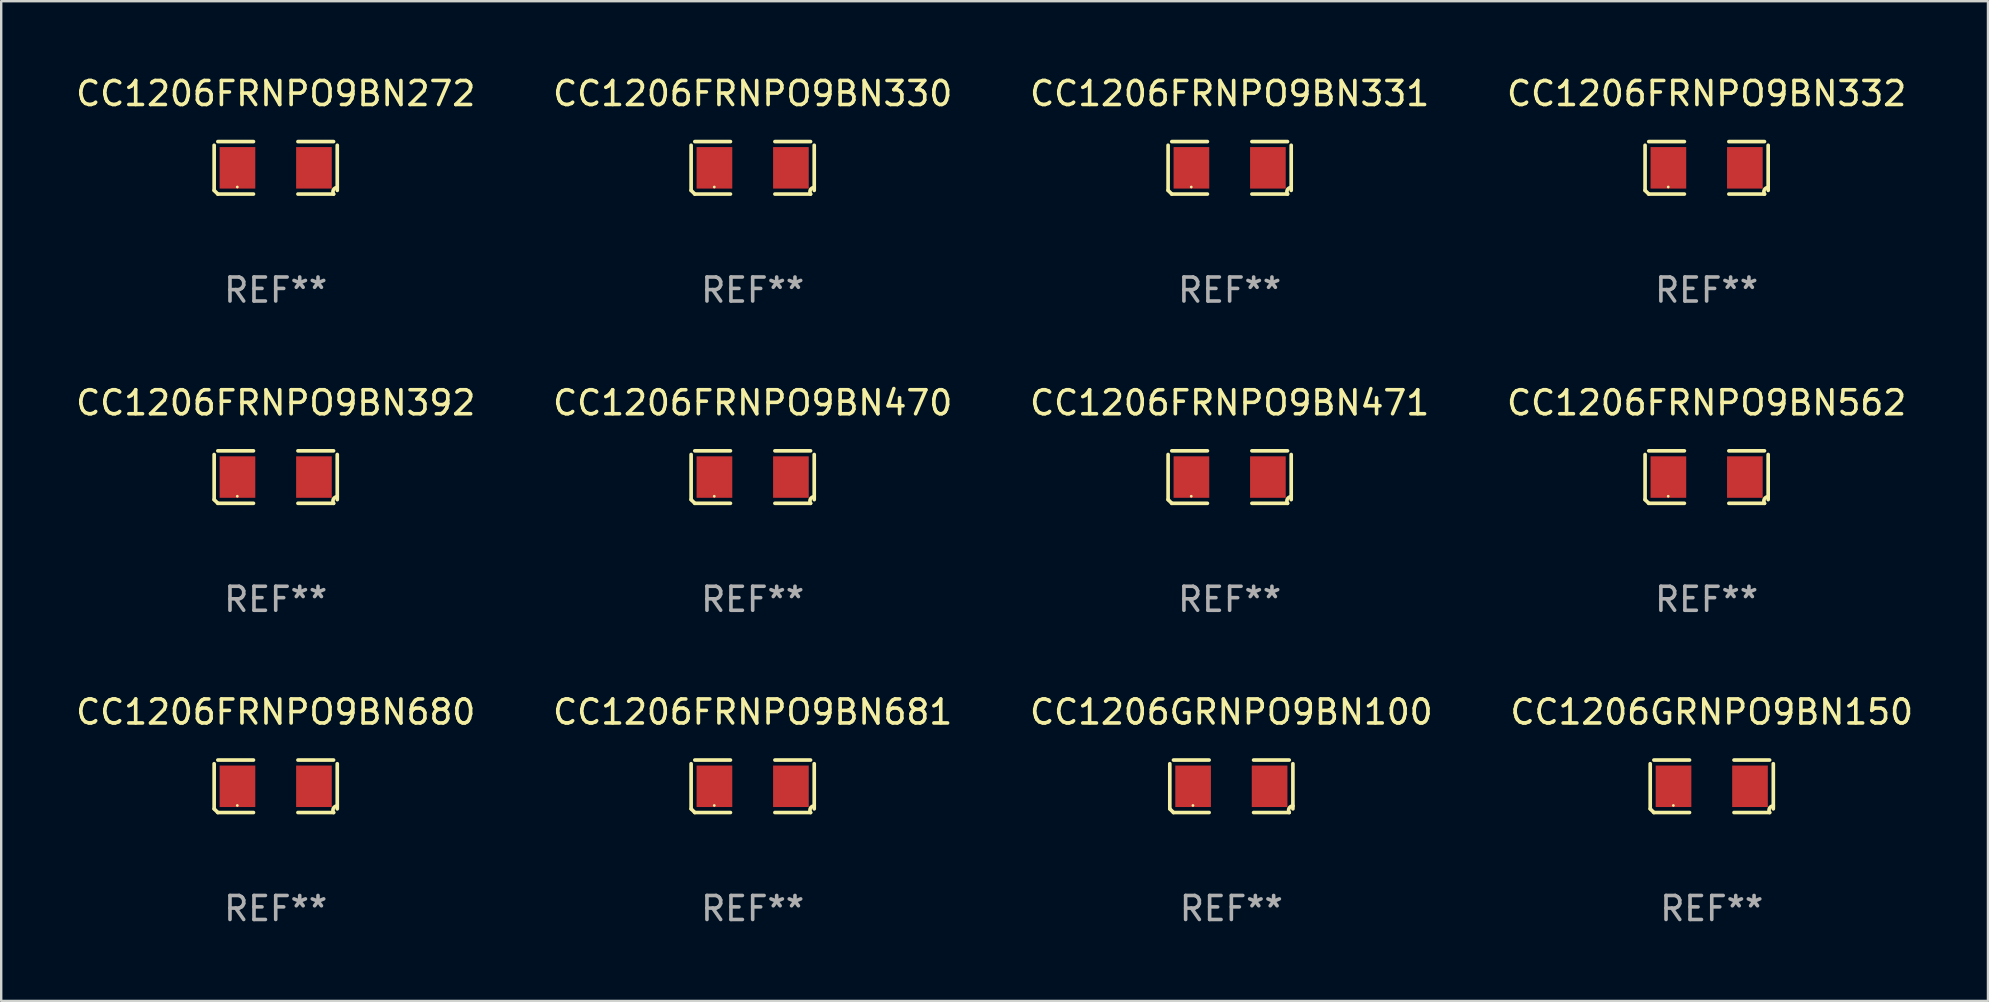
<source format=kicad_pcb>
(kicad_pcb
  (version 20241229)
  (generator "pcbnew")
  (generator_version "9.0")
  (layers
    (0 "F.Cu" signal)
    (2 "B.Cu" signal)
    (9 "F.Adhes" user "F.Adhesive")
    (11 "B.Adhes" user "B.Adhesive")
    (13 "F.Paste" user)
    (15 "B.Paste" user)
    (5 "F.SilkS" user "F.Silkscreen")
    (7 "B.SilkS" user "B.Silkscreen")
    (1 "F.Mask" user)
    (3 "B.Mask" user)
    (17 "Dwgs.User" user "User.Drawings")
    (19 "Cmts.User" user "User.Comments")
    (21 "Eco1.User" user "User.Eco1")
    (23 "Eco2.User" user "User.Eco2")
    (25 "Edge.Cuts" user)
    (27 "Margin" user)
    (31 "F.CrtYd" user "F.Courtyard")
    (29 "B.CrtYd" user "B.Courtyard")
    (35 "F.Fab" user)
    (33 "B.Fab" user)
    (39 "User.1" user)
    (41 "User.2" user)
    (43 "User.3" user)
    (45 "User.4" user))
  (footprint "CC1206GRNPO9BN100"
    (layer "F.Cu")
    (at 48.244 29.704)
    (property "Reference" "CC1206GRNPO9BN100" (at 0 -3.093 0) (layer "F.SilkS") (effects (font (size 1 1) (thickness 0.15))))
    (attr through_hole)
    (fp_line (start -2.564 0.94) (end -2.564 -0.94) (stroke (width 0.152) (type solid)) (layer "F.SilkS"))
    (fp_line (start -2.411 -1.093) (end -0.926 -1.093) (stroke (width 0.152) (type solid)) (layer "F.SilkS"))
    (fp_line (start -0.926 1.093) (end -2.411 1.093) (stroke (width 0.152) (type solid)) (layer "F.SilkS"))
    (fp_line (start 0.926 1.093) (end 2.411 1.093) (stroke (width 0.152) (type solid)) (layer "F.SilkS"))
    (fp_line (start 2.411 -1.093) (end 0.926 -1.093) (stroke (width 0.152) (type solid)) (layer "F.SilkS"))
    (fp_line (start 2.564 0.94) (end 2.564 -0.94) (stroke (width 0.152) (type solid)) (layer "F.SilkS"))
    (fp_arc (start -2.411201 1.092609) (mid -2.487413 1.01642) (end -2.563602 0.940208) (stroke (width 0.1524) (type solid)) (layer "F.SilkS"))
    (fp_arc (start 2.411201 1.092609) (mid 2.407159 0.911226) (end 2.563602 0.819347) (stroke (width 0.1524) (type solid)) (layer "F.SilkS"))
    (fp_circle (center -1.6 0.8) (end -1.57 0.8) (stroke (width 0.06) (type solid)) (fill no) (layer "F.SilkS"))
    (fp_text user "REF**" (at 0 5.093 0) (layer "F.Fab") (effects (font (size 1 1) (thickness 0.15))))
    (pad "1" smd rect (at -1.593 0) (size 1.485 1.728) (layers "F.Cu" "F.Mask" "F.Paste"))
    (pad "2" smd rect (at 1.593 0) (size 1.485 1.728) (layers "F.Cu" "F.Mask" "F.Paste")))
  (footprint "CC1206FRNPO9BN680"
    (layer "F.Cu")
    (at 8.435 29.704)
    (property "Reference" "CC1206FRNPO9BN680" (at 0 -3.093 0) (layer "F.SilkS") (effects (font (size 1 1) (thickness 0.15))))
    (attr through_hole)
    (fp_line (start -2.564 0.94) (end -2.564 -0.94) (stroke (width 0.152) (type solid)) (layer "F.SilkS"))
    (fp_line (start -2.411 -1.093) (end -0.926 -1.093) (stroke (width 0.152) (type solid)) (layer "F.SilkS"))
    (fp_line (start -0.926 1.093) (end -2.411 1.093) (stroke (width 0.152) (type solid)) (layer "F.SilkS"))
    (fp_line (start 0.926 1.093) (end 2.411 1.093) (stroke (width 0.152) (type solid)) (layer "F.SilkS"))
    (fp_line (start 2.411 -1.093) (end 0.926 -1.093) (stroke (width 0.152) (type solid)) (layer "F.SilkS"))
    (fp_line (start 2.564 0.94) (end 2.564 -0.94) (stroke (width 0.152) (type solid)) (layer "F.SilkS"))
    (fp_arc (start -2.411201 1.092609) (mid -2.487413 1.01642) (end -2.563602 0.940208) (stroke (width 0.1524) (type solid)) (layer "F.SilkS"))
    (fp_arc (start 2.411201 1.092609) (mid 2.407159 0.911226) (end 2.563602 0.819347) (stroke (width 0.1524) (type solid)) (layer "F.SilkS"))
    (fp_circle (center -1.6 0.8) (end -1.57 0.8) (stroke (width 0.06) (type solid)) (fill no) (layer "F.SilkS"))
    (fp_text user "REF**" (at 0 5.093 0) (layer "F.Fab") (effects (font (size 1 1) (thickness 0.15))))
    (pad "1" smd rect (at -1.593 0) (size 1.485 1.728) (layers "F.Cu" "F.Mask" "F.Paste"))
    (pad "2" smd rect (at 1.593 0) (size 1.485 1.728) (layers "F.Cu" "F.Mask" "F.Paste")))
  (footprint "CC1206FRNPO9BN681"
    (layer "F.Cu")
    (at 28.304 29.704)
    (property "Reference" "CC1206FRNPO9BN681" (at 0 -3.093 0) (layer "F.SilkS") (effects (font (size 1 1) (thickness 0.15))))
    (attr through_hole)
    (fp_line (start -2.564 0.94) (end -2.564 -0.94) (stroke (width 0.152) (type solid)) (layer "F.SilkS"))
    (fp_line (start -2.411 -1.093) (end -0.926 -1.093) (stroke (width 0.152) (type solid)) (layer "F.SilkS"))
    (fp_line (start -0.926 1.093) (end -2.411 1.093) (stroke (width 0.152) (type solid)) (layer "F.SilkS"))
    (fp_line (start 0.926 1.093) (end 2.411 1.093) (stroke (width 0.152) (type solid)) (layer "F.SilkS"))
    (fp_line (start 2.411 -1.093) (end 0.926 -1.093) (stroke (width 0.152) (type solid)) (layer "F.SilkS"))
    (fp_line (start 2.564 0.94) (end 2.564 -0.94) (stroke (width 0.152) (type solid)) (layer "F.SilkS"))
    (fp_arc (start -2.411201 1.092609) (mid -2.487413 1.01642) (end -2.563602 0.940208) (stroke (width 0.1524) (type solid)) (layer "F.SilkS"))
    (fp_arc (start 2.411201 1.092609) (mid 2.407159 0.911226) (end 2.563602 0.819347) (stroke (width 0.1524) (type solid)) (layer "F.SilkS"))
    (fp_circle (center -1.6 0.8) (end -1.57 0.8) (stroke (width 0.06) (type solid)) (fill no) (layer "F.SilkS"))
    (fp_text user "REF**" (at 0 5.093 0) (layer "F.Fab") (effects (font (size 1 1) (thickness 0.15))))
    (pad "1" smd rect (at -1.593 0) (size 1.485 1.728) (layers "F.Cu" "F.Mask" "F.Paste"))
    (pad "2" smd rect (at 1.593 0) (size 1.485 1.728) (layers "F.Cu" "F.Mask" "F.Paste")))
  (footprint "CC1206FRNPO9BN331"
    (layer "F.Cu")
    (at 48.173 3.941)
    (property "Reference" "CC1206FRNPO9BN331" (at 0 -3.093 0) (layer "F.SilkS") (effects (font (size 1 1) (thickness 0.15))))
    (attr through_hole)
    (fp_line (start -2.564 0.94) (end -2.564 -0.94) (stroke (width 0.152) (type solid)) (layer "F.SilkS"))
    (fp_line (start -2.411 -1.093) (end -0.926 -1.093) (stroke (width 0.152) (type solid)) (layer "F.SilkS"))
    (fp_line (start -0.926 1.093) (end -2.411 1.093) (stroke (width 0.152) (type solid)) (layer "F.SilkS"))
    (fp_line (start 0.926 1.093) (end 2.411 1.093) (stroke (width 0.152) (type solid)) (layer "F.SilkS"))
    (fp_line (start 2.411 -1.093) (end 0.926 -1.093) (stroke (width 0.152) (type solid)) (layer "F.SilkS"))
    (fp_line (start 2.564 0.94) (end 2.564 -0.94) (stroke (width 0.152) (type solid)) (layer "F.SilkS"))
    (fp_arc (start -2.411201 1.092609) (mid -2.487413 1.01642) (end -2.563602 0.940208) (stroke (width 0.1524) (type solid)) (layer "F.SilkS"))
    (fp_arc (start 2.411201 1.092609) (mid 2.407159 0.911226) (end 2.563602 0.819347) (stroke (width 0.1524) (type solid)) (layer "F.SilkS"))
    (fp_circle (center -1.6 0.8) (end -1.57 0.8) (stroke (width 0.06) (type solid)) (fill no) (layer "F.SilkS"))
    (fp_text user "REF**" (at 0 5.093 0) (layer "F.Fab") (effects (font (size 1 1) (thickness 0.15))))
    (pad "1" smd rect (at -1.593 0) (size 1.485 1.728) (layers "F.Cu" "F.Mask" "F.Paste"))
    (pad "2" smd rect (at 1.593 0) (size 1.485 1.728) (layers "F.Cu" "F.Mask" "F.Paste")))
  (footprint "CC1206FRNPO9BN470"
    (layer "F.Cu")
    (at 28.304 16.823)
    (property "Reference" "CC1206FRNPO9BN470" (at 0 -3.093 0) (layer "F.SilkS") (effects (font (size 1 1) (thickness 0.15))))
    (attr through_hole)
    (fp_line (start -2.564 0.94) (end -2.564 -0.94) (stroke (width 0.152) (type solid)) (layer "F.SilkS"))
    (fp_line (start -2.411 -1.093) (end -0.926 -1.093) (stroke (width 0.152) (type solid)) (layer "F.SilkS"))
    (fp_line (start -0.926 1.093) (end -2.411 1.093) (stroke (width 0.152) (type solid)) (layer "F.SilkS"))
    (fp_line (start 0.926 1.093) (end 2.411 1.093) (stroke (width 0.152) (type solid)) (layer "F.SilkS"))
    (fp_line (start 2.411 -1.093) (end 0.926 -1.093) (stroke (width 0.152) (type solid)) (layer "F.SilkS"))
    (fp_line (start 2.564 0.94) (end 2.564 -0.94) (stroke (width 0.152) (type solid)) (layer "F.SilkS"))
    (fp_arc (start -2.411201 1.092609) (mid -2.487413 1.01642) (end -2.563602 0.940208) (stroke (width 0.1524) (type solid)) (layer "F.SilkS"))
    (fp_arc (start 2.411201 1.092609) (mid 2.407159 0.911226) (end 2.563602 0.819347) (stroke (width 0.1524) (type solid)) (layer "F.SilkS"))
    (fp_circle (center -1.6 0.8) (end -1.57 0.8) (stroke (width 0.06) (type solid)) (fill no) (layer "F.SilkS"))
    (fp_text user "REF**" (at 0 5.093 0) (layer "F.Fab") (effects (font (size 1 1) (thickness 0.15))))
    (pad "1" smd rect (at -1.593 0) (size 1.485 1.728) (layers "F.Cu" "F.Mask" "F.Paste"))
    (pad "2" smd rect (at 1.593 0) (size 1.485 1.728) (layers "F.Cu" "F.Mask" "F.Paste")))
  (footprint "CC1206FRNPO9BN330"
    (layer "F.Cu")
    (at 28.304 3.941)
    (property "Reference" "CC1206FRNPO9BN330" (at 0 -3.093 0) (layer "F.SilkS") (effects (font (size 1 1) (thickness 0.15))))
    (attr through_hole)
    (fp_line (start -2.564 0.94) (end -2.564 -0.94) (stroke (width 0.152) (type solid)) (layer "F.SilkS"))
    (fp_line (start -2.411 -1.093) (end -0.926 -1.093) (stroke (width 0.152) (type solid)) (layer "F.SilkS"))
    (fp_line (start -0.926 1.093) (end -2.411 1.093) (stroke (width 0.152) (type solid)) (layer "F.SilkS"))
    (fp_line (start 0.926 1.093) (end 2.411 1.093) (stroke (width 0.152) (type solid)) (layer "F.SilkS"))
    (fp_line (start 2.411 -1.093) (end 0.926 -1.093) (stroke (width 0.152) (type solid)) (layer "F.SilkS"))
    (fp_line (start 2.564 0.94) (end 2.564 -0.94) (stroke (width 0.152) (type solid)) (layer "F.SilkS"))
    (fp_arc (start -2.411201 1.092609) (mid -2.487413 1.01642) (end -2.563602 0.940208) (stroke (width 0.1524) (type solid)) (layer "F.SilkS"))
    (fp_arc (start 2.411201 1.092609) (mid 2.407159 0.911226) (end 2.563602 0.819347) (stroke (width 0.1524) (type solid)) (layer "F.SilkS"))
    (fp_circle (center -1.6 0.8) (end -1.57 0.8) (stroke (width 0.06) (type solid)) (fill no) (layer "F.SilkS"))
    (fp_text user "REF**" (at 0 5.093 0) (layer "F.Fab") (effects (font (size 1 1) (thickness 0.15))))
    (pad "1" smd rect (at -1.593 0) (size 1.485 1.728) (layers "F.Cu" "F.Mask" "F.Paste"))
    (pad "2" smd rect (at 1.593 0) (size 1.485 1.728) (layers "F.Cu" "F.Mask" "F.Paste")))
  (footprint "CC1206GRNPO9BN150"
    (layer "F.Cu")
    (at 68.256 29.704)
    (property "Reference" "CC1206GRNPO9BN150" (at 0 -3.093 0) (layer "F.SilkS") (effects (font (size 1 1) (thickness 0.15))))
    (attr through_hole)
    (fp_line (start -2.564 0.94) (end -2.564 -0.94) (stroke (width 0.152) (type solid)) (layer "F.SilkS"))
    (fp_line (start -2.411 -1.093) (end -0.926 -1.093) (stroke (width 0.152) (type solid)) (layer "F.SilkS"))
    (fp_line (start -0.926 1.093) (end -2.411 1.093) (stroke (width 0.152) (type solid)) (layer "F.SilkS"))
    (fp_line (start 0.926 1.093) (end 2.411 1.093) (stroke (width 0.152) (type solid)) (layer "F.SilkS"))
    (fp_line (start 2.411 -1.093) (end 0.926 -1.093) (stroke (width 0.152) (type solid)) (layer "F.SilkS"))
    (fp_line (start 2.564 0.94) (end 2.564 -0.94) (stroke (width 0.152) (type solid)) (layer "F.SilkS"))
    (fp_arc (start -2.411201 1.092609) (mid -2.487413 1.01642) (end -2.563602 0.940208) (stroke (width 0.1524) (type solid)) (layer "F.SilkS"))
    (fp_arc (start 2.411201 1.092609) (mid 2.407159 0.911226) (end 2.563602 0.819347) (stroke (width 0.1524) (type solid)) (layer "F.SilkS"))
    (fp_circle (center -1.6 0.8) (end -1.57 0.8) (stroke (width 0.06) (type solid)) (fill no) (layer "F.SilkS"))
    (fp_text user "REF**" (at 0 5.093 0) (layer "F.Fab") (effects (font (size 1 1) (thickness 0.15))))
    (pad "1" smd rect (at -1.593 0) (size 1.485 1.728) (layers "F.Cu" "F.Mask" "F.Paste"))
    (pad "2" smd rect (at 1.593 0) (size 1.485 1.728) (layers "F.Cu" "F.Mask" "F.Paste")))
  (footprint "CC1206FRNPO9BN332"
    (layer "F.Cu")
    (at 68.042 3.941)
    (property "Reference" "CC1206FRNPO9BN332" (at 0 -3.093 0) (layer "F.SilkS") (effects (font (size 1 1) (thickness 0.15))))
    (attr through_hole)
    (fp_line (start -2.564 0.94) (end -2.564 -0.94) (stroke (width 0.152) (type solid)) (layer "F.SilkS"))
    (fp_line (start -2.411 -1.093) (end -0.926 -1.093) (stroke (width 0.152) (type solid)) (layer "F.SilkS"))
    (fp_line (start -0.926 1.093) (end -2.411 1.093) (stroke (width 0.152) (type solid)) (layer "F.SilkS"))
    (fp_line (start 0.926 1.093) (end 2.411 1.093) (stroke (width 0.152) (type solid)) (layer "F.SilkS"))
    (fp_line (start 2.411 -1.093) (end 0.926 -1.093) (stroke (width 0.152) (type solid)) (layer "F.SilkS"))
    (fp_line (start 2.564 0.94) (end 2.564 -0.94) (stroke (width 0.152) (type solid)) (layer "F.SilkS"))
    (fp_arc (start -2.411201 1.092609) (mid -2.487413 1.01642) (end -2.563602 0.940208) (stroke (width 0.1524) (type solid)) (layer "F.SilkS"))
    (fp_arc (start 2.411201 1.092609) (mid 2.407159 0.911226) (end 2.563602 0.819347) (stroke (width 0.1524) (type solid)) (layer "F.SilkS"))
    (fp_circle (center -1.6 0.8) (end -1.57 0.8) (stroke (width 0.06) (type solid)) (fill no) (layer "F.SilkS"))
    (fp_text user "REF**" (at 0 5.093 0) (layer "F.Fab") (effects (font (size 1 1) (thickness 0.15))))
    (pad "1" smd rect (at -1.593 0) (size 1.485 1.728) (layers "F.Cu" "F.Mask" "F.Paste"))
    (pad "2" smd rect (at 1.593 0) (size 1.485 1.728) (layers "F.Cu" "F.Mask" "F.Paste")))
  (footprint "CC1206FRNPO9BN392"
    (layer "F.Cu")
    (at 8.435 16.823)
    (property "Reference" "CC1206FRNPO9BN392" (at 0 -3.093 0) (layer "F.SilkS") (effects (font (size 1 1) (thickness 0.15))))
    (attr through_hole)
    (fp_line (start -2.564 0.94) (end -2.564 -0.94) (stroke (width 0.152) (type solid)) (layer "F.SilkS"))
    (fp_line (start -2.411 -1.093) (end -0.926 -1.093) (stroke (width 0.152) (type solid)) (layer "F.SilkS"))
    (fp_line (start -0.926 1.093) (end -2.411 1.093) (stroke (width 0.152) (type solid)) (layer "F.SilkS"))
    (fp_line (start 0.926 1.093) (end 2.411 1.093) (stroke (width 0.152) (type solid)) (layer "F.SilkS"))
    (fp_line (start 2.411 -1.093) (end 0.926 -1.093) (stroke (width 0.152) (type solid)) (layer "F.SilkS"))
    (fp_line (start 2.564 0.94) (end 2.564 -0.94) (stroke (width 0.152) (type solid)) (layer "F.SilkS"))
    (fp_arc (start -2.411201 1.092609) (mid -2.487413 1.01642) (end -2.563602 0.940208) (stroke (width 0.1524) (type solid)) (layer "F.SilkS"))
    (fp_arc (start 2.411201 1.092609) (mid 2.407159 0.911226) (end 2.563602 0.819347) (stroke (width 0.1524) (type solid)) (layer "F.SilkS"))
    (fp_circle (center -1.6 0.8) (end -1.57 0.8) (stroke (width 0.06) (type solid)) (fill no) (layer "F.SilkS"))
    (fp_text user "REF**" (at 0 5.093 0) (layer "F.Fab") (effects (font (size 1 1) (thickness 0.15))))
    (pad "1" smd rect (at -1.593 0) (size 1.485 1.728) (layers "F.Cu" "F.Mask" "F.Paste"))
    (pad "2" smd rect (at 1.593 0) (size 1.485 1.728) (layers "F.Cu" "F.Mask" "F.Paste")))
  (footprint "CC1206FRNPO9BN562"
    (layer "F.Cu")
    (at 68.042 16.823)
    (property "Reference" "CC1206FRNPO9BN562" (at 0 -3.093 0) (layer "F.SilkS") (effects (font (size 1 1) (thickness 0.15))))
    (attr through_hole)
    (fp_line (start -2.564 0.94) (end -2.564 -0.94) (stroke (width 0.152) (type solid)) (layer "F.SilkS"))
    (fp_line (start -2.411 -1.093) (end -0.926 -1.093) (stroke (width 0.152) (type solid)) (layer "F.SilkS"))
    (fp_line (start -0.926 1.093) (end -2.411 1.093) (stroke (width 0.152) (type solid)) (layer "F.SilkS"))
    (fp_line (start 0.926 1.093) (end 2.411 1.093) (stroke (width 0.152) (type solid)) (layer "F.SilkS"))
    (fp_line (start 2.411 -1.093) (end 0.926 -1.093) (stroke (width 0.152) (type solid)) (layer "F.SilkS"))
    (fp_line (start 2.564 0.94) (end 2.564 -0.94) (stroke (width 0.152) (type solid)) (layer "F.SilkS"))
    (fp_arc (start -2.411201 1.092609) (mid -2.487413 1.01642) (end -2.563602 0.940208) (stroke (width 0.1524) (type solid)) (layer "F.SilkS"))
    (fp_arc (start 2.411201 1.092609) (mid 2.407159 0.911226) (end 2.563602 0.819347) (stroke (width 0.1524) (type solid)) (layer "F.SilkS"))
    (fp_circle (center -1.6 0.8) (end -1.57 0.8) (stroke (width 0.06) (type solid)) (fill no) (layer "F.SilkS"))
    (fp_text user "REF**" (at 0 5.093 0) (layer "F.Fab") (effects (font (size 1 1) (thickness 0.15))))
    (pad "1" smd rect (at -1.593 0) (size 1.485 1.728) (layers "F.Cu" "F.Mask" "F.Paste"))
    (pad "2" smd rect (at 1.593 0) (size 1.485 1.728) (layers "F.Cu" "F.Mask" "F.Paste")))
  (footprint "CC1206FRNPO9BN471"
    (layer "F.Cu")
    (at 48.173 16.823)
    (property "Reference" "CC1206FRNPO9BN471" (at 0 -3.093 0) (layer "F.SilkS") (effects (font (size 1 1) (thickness 0.15))))
    (attr through_hole)
    (fp_line (start -2.564 0.94) (end -2.564 -0.94) (stroke (width 0.152) (type solid)) (layer "F.SilkS"))
    (fp_line (start -2.411 -1.093) (end -0.926 -1.093) (stroke (width 0.152) (type solid)) (layer "F.SilkS"))
    (fp_line (start -0.926 1.093) (end -2.411 1.093) (stroke (width 0.152) (type solid)) (layer "F.SilkS"))
    (fp_line (start 0.926 1.093) (end 2.411 1.093) (stroke (width 0.152) (type solid)) (layer "F.SilkS"))
    (fp_line (start 2.411 -1.093) (end 0.926 -1.093) (stroke (width 0.152) (type solid)) (layer "F.SilkS"))
    (fp_line (start 2.564 0.94) (end 2.564 -0.94) (stroke (width 0.152) (type solid)) (layer "F.SilkS"))
    (fp_arc (start -2.411201 1.092609) (mid -2.487413 1.01642) (end -2.563602 0.940208) (stroke (width 0.1524) (type solid)) (layer "F.SilkS"))
    (fp_arc (start 2.411201 1.092609) (mid 2.407159 0.911226) (end 2.563602 0.819347) (stroke (width 0.1524) (type solid)) (layer "F.SilkS"))
    (fp_circle (center -1.6 0.8) (end -1.57 0.8) (stroke (width 0.06) (type solid)) (fill no) (layer "F.SilkS"))
    (fp_text user "REF**" (at 0 5.093 0) (layer "F.Fab") (effects (font (size 1 1) (thickness 0.15))))
    (pad "1" smd rect (at -1.593 0) (size 1.485 1.728) (layers "F.Cu" "F.Mask" "F.Paste"))
    (pad "2" smd rect (at 1.593 0) (size 1.485 1.728) (layers "F.Cu" "F.Mask" "F.Paste")))
  (footprint "CC1206FRNPO9BN272"
    (layer "F.Cu")
    (at 8.435 3.941)
    (property "Reference" "CC1206FRNPO9BN272" (at 0 -3.093 0) (layer "F.SilkS") (effects (font (size 1 1) (thickness 0.15))))
    (attr through_hole)
    (fp_line (start -2.564 0.94) (end -2.564 -0.94) (stroke (width 0.152) (type solid)) (layer "F.SilkS"))
    (fp_line (start -2.411 -1.093) (end -0.926 -1.093) (stroke (width 0.152) (type solid)) (layer "F.SilkS"))
    (fp_line (start -0.926 1.093) (end -2.411 1.093) (stroke (width 0.152) (type solid)) (layer "F.SilkS"))
    (fp_line (start 0.926 1.093) (end 2.411 1.093) (stroke (width 0.152) (type solid)) (layer "F.SilkS"))
    (fp_line (start 2.411 -1.093) (end 0.926 -1.093) (stroke (width 0.152) (type solid)) (layer "F.SilkS"))
    (fp_line (start 2.564 0.94) (end 2.564 -0.94) (stroke (width 0.152) (type solid)) (layer "F.SilkS"))
    (fp_arc (start -2.411201 1.092609) (mid -2.487413 1.01642) (end -2.563602 0.940208) (stroke (width 0.1524) (type solid)) (layer "F.SilkS"))
    (fp_arc (start 2.411201 1.092609) (mid 2.407159 0.911226) (end 2.563602 0.819347) (stroke (width 0.1524) (type solid)) (layer "F.SilkS"))
    (fp_circle (center -1.6 0.8) (end -1.57 0.8) (stroke (width 0.06) (type solid)) (fill no) (layer "F.SilkS"))
    (fp_text user "REF**" (at 0 5.093 0) (layer "F.Fab") (effects (font (size 1 1) (thickness 0.15))))
    (pad "1" smd rect (at -1.593 0) (size 1.485 1.728) (layers "F.Cu" "F.Mask" "F.Paste"))
    (pad "2" smd rect (at 1.593 0) (size 1.485 1.728) (layers "F.Cu" "F.Mask" "F.Paste")))
  (gr_rect
    (start -3 -3)
    (end 79.762 38.645)
    (stroke (width 0.1) (type default))
    (fill no)
    (layer "Edge.Cuts")))
</source>
